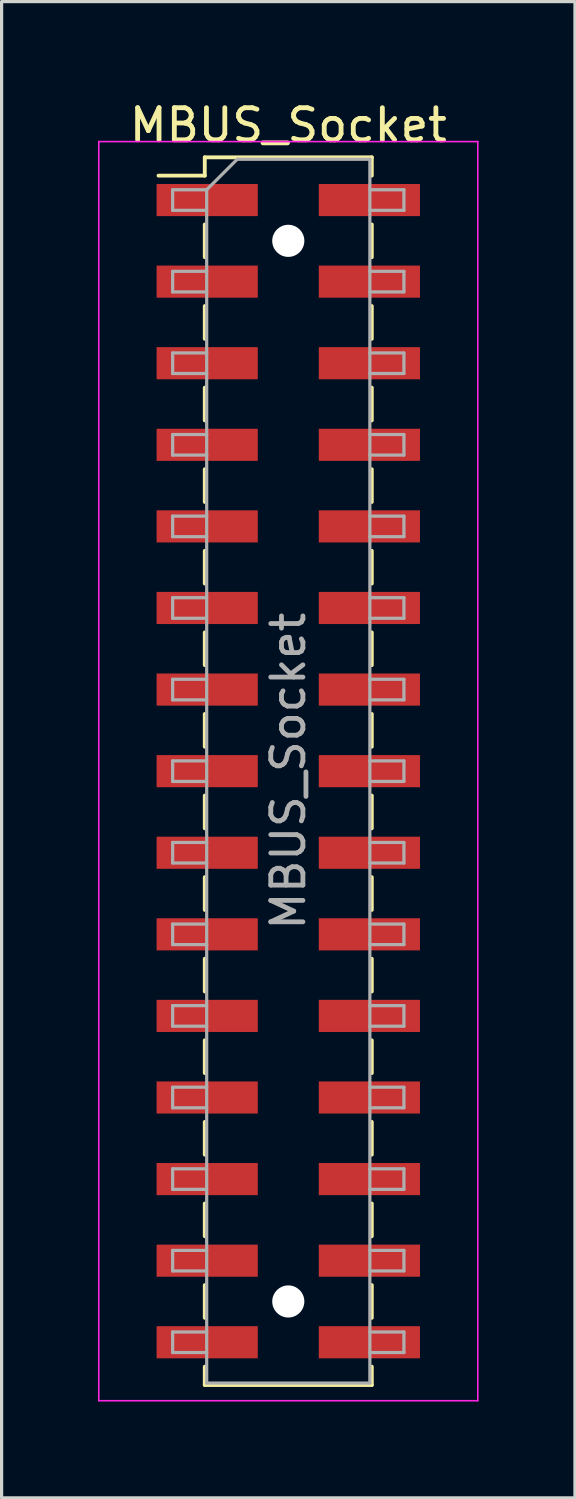
<source format=kicad_pcb>
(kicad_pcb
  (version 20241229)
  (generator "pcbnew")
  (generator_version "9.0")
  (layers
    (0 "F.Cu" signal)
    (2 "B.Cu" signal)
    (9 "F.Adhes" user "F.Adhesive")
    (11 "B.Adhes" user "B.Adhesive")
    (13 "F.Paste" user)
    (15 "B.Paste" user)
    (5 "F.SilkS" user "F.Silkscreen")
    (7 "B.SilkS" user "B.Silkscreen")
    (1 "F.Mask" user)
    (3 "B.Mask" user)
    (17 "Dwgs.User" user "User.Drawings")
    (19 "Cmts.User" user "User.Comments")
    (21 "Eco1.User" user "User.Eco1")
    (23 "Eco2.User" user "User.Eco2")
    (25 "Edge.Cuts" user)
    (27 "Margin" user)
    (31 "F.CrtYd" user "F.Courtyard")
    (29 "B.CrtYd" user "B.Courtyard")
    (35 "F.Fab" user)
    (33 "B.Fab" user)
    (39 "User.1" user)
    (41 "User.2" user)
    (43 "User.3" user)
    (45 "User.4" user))
  (footprint "MBUS_Socket"
    (layer "F.Cu")
    (at 5.925 20.958)
    (property "Reference" "MBUS_Socket" (at 0 -20.11 0) (layer "F.SilkS") (effects (font (size 1 1) (thickness 0.15))))
    (attr smd)
    (fp_line (start -4.04 -18.54) (end -2.6 -18.54) (stroke (width 0.12) (type solid)) (layer "F.SilkS"))
    (fp_line (start -2.6 -19.11) (end -2.6 -18.54) (stroke (width 0.12) (type solid)) (layer "F.SilkS"))
    (fp_line (start -2.6 -19.11) (end 2.6 -19.11) (stroke (width 0.12) (type solid)) (layer "F.SilkS"))
    (fp_line (start -2.6 -17.02) (end -2.6 -16) (stroke (width 0.12) (type solid)) (layer "F.SilkS"))
    (fp_line (start -2.6 -14.48) (end -2.6 -13.46) (stroke (width 0.12) (type solid)) (layer "F.SilkS"))
    (fp_line (start -2.6 -11.94) (end -2.6 -10.92) (stroke (width 0.12) (type solid)) (layer "F.SilkS"))
    (fp_line (start -2.6 -9.4) (end -2.6 -8.38) (stroke (width 0.12) (type solid)) (layer "F.SilkS"))
    (fp_line (start -2.6 -6.86) (end -2.6 -5.84) (stroke (width 0.12) (type solid)) (layer "F.SilkS"))
    (fp_line (start -2.6 -4.32) (end -2.6 -3.3) (stroke (width 0.12) (type solid)) (layer "F.SilkS"))
    (fp_line (start -2.6 -1.78) (end -2.6 -0.76) (stroke (width 0.12) (type solid)) (layer "F.SilkS"))
    (fp_line (start -2.6 0.76) (end -2.6 1.78) (stroke (width 0.12) (type solid)) (layer "F.SilkS"))
    (fp_line (start -2.6 3.3) (end -2.6 4.32) (stroke (width 0.12) (type solid)) (layer "F.SilkS"))
    (fp_line (start -2.6 5.84) (end -2.6 6.86) (stroke (width 0.12) (type solid)) (layer "F.SilkS"))
    (fp_line (start -2.6 8.38) (end -2.6 9.4) (stroke (width 0.12) (type solid)) (layer "F.SilkS"))
    (fp_line (start -2.6 10.92) (end -2.6 11.94) (stroke (width 0.12) (type solid)) (layer "F.SilkS"))
    (fp_line (start -2.6 13.46) (end -2.6 14.48) (stroke (width 0.12) (type solid)) (layer "F.SilkS"))
    (fp_line (start -2.6 16) (end -2.6 17.02) (stroke (width 0.12) (type solid)) (layer "F.SilkS"))
    (fp_line (start -2.6 18.54) (end -2.6 19.11) (stroke (width 0.12) (type solid)) (layer "F.SilkS"))
    (fp_line (start -2.6 19.11) (end 2.6 19.11) (stroke (width 0.12) (type solid)) (layer "F.SilkS"))
    (fp_line (start 2.6 -19.11) (end 2.6 -18.54) (stroke (width 0.12) (type solid)) (layer "F.SilkS"))
    (fp_line (start 2.6 -17.02) (end 2.6 -16) (stroke (width 0.12) (type solid)) (layer "F.SilkS"))
    (fp_line (start 2.6 -14.48) (end 2.6 -13.46) (stroke (width 0.12) (type solid)) (layer "F.SilkS"))
    (fp_line (start 2.6 -11.94) (end 2.6 -10.92) (stroke (width 0.12) (type solid)) (layer "F.SilkS"))
    (fp_line (start 2.6 -9.4) (end 2.6 -8.38) (stroke (width 0.12) (type solid)) (layer "F.SilkS"))
    (fp_line (start 2.6 -6.86) (end 2.6 -5.84) (stroke (width 0.12) (type solid)) (layer "F.SilkS"))
    (fp_line (start 2.6 -4.32) (end 2.6 -3.3) (stroke (width 0.12) (type solid)) (layer "F.SilkS"))
    (fp_line (start 2.6 -1.78) (end 2.6 -0.76) (stroke (width 0.12) (type solid)) (layer "F.SilkS"))
    (fp_line (start 2.6 0.76) (end 2.6 1.78) (stroke (width 0.12) (type solid)) (layer "F.SilkS"))
    (fp_line (start 2.6 3.3) (end 2.6 4.32) (stroke (width 0.12) (type solid)) (layer "F.SilkS"))
    (fp_line (start 2.6 5.84) (end 2.6 6.86) (stroke (width 0.12) (type solid)) (layer "F.SilkS"))
    (fp_line (start 2.6 8.38) (end 2.6 9.4) (stroke (width 0.12) (type solid)) (layer "F.SilkS"))
    (fp_line (start 2.6 10.92) (end 2.6 11.94) (stroke (width 0.12) (type solid)) (layer "F.SilkS"))
    (fp_line (start 2.6 13.46) (end 2.6 14.48) (stroke (width 0.12) (type solid)) (layer "F.SilkS"))
    (fp_line (start 2.6 16) (end 2.6 17.02) (stroke (width 0.12) (type solid)) (layer "F.SilkS"))
    (fp_line (start 2.6 18.54) (end 2.6 19.11) (stroke (width 0.12) (type solid)) (layer "F.SilkS"))
    (fp_line (start -5.9 -19.6) (end -5.9 19.6) (stroke (width 0.05) (type solid)) (layer "F.CrtYd"))
    (fp_line (start -5.9 19.6) (end 5.9 19.6) (stroke (width 0.05) (type solid)) (layer "F.CrtYd"))
    (fp_line (start 5.9 -19.6) (end -5.9 -19.6) (stroke (width 0.05) (type solid)) (layer "F.CrtYd"))
    (fp_line (start 5.9 19.6) (end 5.9 -19.6) (stroke (width 0.05) (type solid)) (layer "F.CrtYd"))
    (fp_line (start -3.6 -18.1) (end -3.6 -17.46) (stroke (width 0.1) (type solid)) (layer "F.Fab"))
    (fp_line (start -3.6 -17.46) (end -2.54 -17.46) (stroke (width 0.1) (type solid)) (layer "F.Fab"))
    (fp_line (start -3.6 -15.56) (end -3.6 -14.92) (stroke (width 0.1) (type solid)) (layer "F.Fab"))
    (fp_line (start -3.6 -14.92) (end -2.54 -14.92) (stroke (width 0.1) (type solid)) (layer "F.Fab"))
    (fp_line (start -3.6 -13.02) (end -3.6 -12.38) (stroke (width 0.1) (type solid)) (layer "F.Fab"))
    (fp_line (start -3.6 -12.38) (end -2.54 -12.38) (stroke (width 0.1) (type solid)) (layer "F.Fab"))
    (fp_line (start -3.6 -10.48) (end -3.6 -9.84) (stroke (width 0.1) (type solid)) (layer "F.Fab"))
    (fp_line (start -3.6 -9.84) (end -2.54 -9.84) (stroke (width 0.1) (type solid)) (layer "F.Fab"))
    (fp_line (start -3.6 -7.94) (end -3.6 -7.3) (stroke (width 0.1) (type solid)) (layer "F.Fab"))
    (fp_line (start -3.6 -7.3) (end -2.54 -7.3) (stroke (width 0.1) (type solid)) (layer "F.Fab"))
    (fp_line (start -3.6 -5.4) (end -3.6 -4.76) (stroke (width 0.1) (type solid)) (layer "F.Fab"))
    (fp_line (start -3.6 -4.76) (end -2.54 -4.76) (stroke (width 0.1) (type solid)) (layer "F.Fab"))
    (fp_line (start -3.6 -2.86) (end -3.6 -2.22) (stroke (width 0.1) (type solid)) (layer "F.Fab"))
    (fp_line (start -3.6 -2.22) (end -2.54 -2.22) (stroke (width 0.1) (type solid)) (layer "F.Fab"))
    (fp_line (start -3.6 -0.32) (end -3.6 0.32) (stroke (width 0.1) (type solid)) (layer "F.Fab"))
    (fp_line (start -3.6 0.32) (end -2.54 0.32) (stroke (width 0.1) (type solid)) (layer "F.Fab"))
    (fp_line (start -3.6 2.22) (end -3.6 2.86) (stroke (width 0.1) (type solid)) (layer "F.Fab"))
    (fp_line (start -3.6 2.86) (end -2.54 2.86) (stroke (width 0.1) (type solid)) (layer "F.Fab"))
    (fp_line (start -3.6 4.76) (end -3.6 5.4) (stroke (width 0.1) (type solid)) (layer "F.Fab"))
    (fp_line (start -3.6 5.4) (end -2.54 5.4) (stroke (width 0.1) (type solid)) (layer "F.Fab"))
    (fp_line (start -3.6 7.3) (end -3.6 7.94) (stroke (width 0.1) (type solid)) (layer "F.Fab"))
    (fp_line (start -3.6 7.94) (end -2.54 7.94) (stroke (width 0.1) (type solid)) (layer "F.Fab"))
    (fp_line (start -3.6 9.84) (end -3.6 10.48) (stroke (width 0.1) (type solid)) (layer "F.Fab"))
    (fp_line (start -3.6 10.48) (end -2.54 10.48) (stroke (width 0.1) (type solid)) (layer "F.Fab"))
    (fp_line (start -3.6 12.38) (end -3.6 13.02) (stroke (width 0.1) (type solid)) (layer "F.Fab"))
    (fp_line (start -3.6 13.02) (end -2.54 13.02) (stroke (width 0.1) (type solid)) (layer "F.Fab"))
    (fp_line (start -3.6 14.92) (end -3.6 15.56) (stroke (width 0.1) (type solid)) (layer "F.Fab"))
    (fp_line (start -3.6 15.56) (end -2.54 15.56) (stroke (width 0.1) (type solid)) (layer "F.Fab"))
    (fp_line (start -3.6 17.46) (end -3.6 18.1) (stroke (width 0.1) (type solid)) (layer "F.Fab"))
    (fp_line (start -3.6 18.1) (end -2.54 18.1) (stroke (width 0.1) (type solid)) (layer "F.Fab"))
    (fp_line (start -2.54 -18.1) (end -3.6 -18.1) (stroke (width 0.1) (type solid)) (layer "F.Fab"))
    (fp_line (start -2.54 -18.1) (end -1.59 -19.05) (stroke (width 0.1) (type solid)) (layer "F.Fab"))
    (fp_line (start -2.54 -15.56) (end -3.6 -15.56) (stroke (width 0.1) (type solid)) (layer "F.Fab"))
    (fp_line (start -2.54 -13.02) (end -3.6 -13.02) (stroke (width 0.1) (type solid)) (layer "F.Fab"))
    (fp_line (start -2.54 -10.48) (end -3.6 -10.48) (stroke (width 0.1) (type solid)) (layer "F.Fab"))
    (fp_line (start -2.54 -7.94) (end -3.6 -7.94) (stroke (width 0.1) (type solid)) (layer "F.Fab"))
    (fp_line (start -2.54 -5.4) (end -3.6 -5.4) (stroke (width 0.1) (type solid)) (layer "F.Fab"))
    (fp_line (start -2.54 -2.86) (end -3.6 -2.86) (stroke (width 0.1) (type solid)) (layer "F.Fab"))
    (fp_line (start -2.54 -0.32) (end -3.6 -0.32) (stroke (width 0.1) (type solid)) (layer "F.Fab"))
    (fp_line (start -2.54 2.22) (end -3.6 2.22) (stroke (width 0.1) (type solid)) (layer "F.Fab"))
    (fp_line (start -2.54 4.76) (end -3.6 4.76) (stroke (width 0.1) (type solid)) (layer "F.Fab"))
    (fp_line (start -2.54 7.3) (end -3.6 7.3) (stroke (width 0.1) (type solid)) (layer "F.Fab"))
    (fp_line (start -2.54 9.84) (end -3.6 9.84) (stroke (width 0.1) (type solid)) (layer "F.Fab"))
    (fp_line (start -2.54 12.38) (end -3.6 12.38) (stroke (width 0.1) (type solid)) (layer "F.Fab"))
    (fp_line (start -2.54 14.92) (end -3.6 14.92) (stroke (width 0.1) (type solid)) (layer "F.Fab"))
    (fp_line (start -2.54 17.46) (end -3.6 17.46) (stroke (width 0.1) (type solid)) (layer "F.Fab"))
    (fp_line (start -2.54 19.05) (end -2.54 -18.1) (stroke (width 0.1) (type solid)) (layer "F.Fab"))
    (fp_line (start -1.59 -19.05) (end 2.54 -19.05) (stroke (width 0.1) (type solid)) (layer "F.Fab"))
    (fp_line (start 2.54 -19.05) (end 2.54 19.05) (stroke (width 0.1) (type solid)) (layer "F.Fab"))
    (fp_line (start 2.54 -18.1) (end 3.6 -18.1) (stroke (width 0.1) (type solid)) (layer "F.Fab"))
    (fp_line (start 2.54 -15.56) (end 3.6 -15.56) (stroke (width 0.1) (type solid)) (layer "F.Fab"))
    (fp_line (start 2.54 -13.02) (end 3.6 -13.02) (stroke (width 0.1) (type solid)) (layer "F.Fab"))
    (fp_line (start 2.54 -10.48) (end 3.6 -10.48) (stroke (width 0.1) (type solid)) (layer "F.Fab"))
    (fp_line (start 2.54 -7.94) (end 3.6 -7.94) (stroke (width 0.1) (type solid)) (layer "F.Fab"))
    (fp_line (start 2.54 -5.4) (end 3.6 -5.4) (stroke (width 0.1) (type solid)) (layer "F.Fab"))
    (fp_line (start 2.54 -2.86) (end 3.6 -2.86) (stroke (width 0.1) (type solid)) (layer "F.Fab"))
    (fp_line (start 2.54 -0.32) (end 3.6 -0.32) (stroke (width 0.1) (type solid)) (layer "F.Fab"))
    (fp_line (start 2.54 2.22) (end 3.6 2.22) (stroke (width 0.1) (type solid)) (layer "F.Fab"))
    (fp_line (start 2.54 4.76) (end 3.6 4.76) (stroke (width 0.1) (type solid)) (layer "F.Fab"))
    (fp_line (start 2.54 7.3) (end 3.6 7.3) (stroke (width 0.1) (type solid)) (layer "F.Fab"))
    (fp_line (start 2.54 9.84) (end 3.6 9.84) (stroke (width 0.1) (type solid)) (layer "F.Fab"))
    (fp_line (start 2.54 12.38) (end 3.6 12.38) (stroke (width 0.1) (type solid)) (layer "F.Fab"))
    (fp_line (start 2.54 14.92) (end 3.6 14.92) (stroke (width 0.1) (type solid)) (layer "F.Fab"))
    (fp_line (start 2.54 17.46) (end 3.6 17.46) (stroke (width 0.1) (type solid)) (layer "F.Fab"))
    (fp_line (start 2.54 19.05) (end -2.54 19.05) (stroke (width 0.1) (type solid)) (layer "F.Fab"))
    (fp_line (start 3.6 -18.1) (end 3.6 -17.46) (stroke (width 0.1) (type solid)) (layer "F.Fab"))
    (fp_line (start 3.6 -17.46) (end 2.54 -17.46) (stroke (width 0.1) (type solid)) (layer "F.Fab"))
    (fp_line (start 3.6 -15.56) (end 3.6 -14.92) (stroke (width 0.1) (type solid)) (layer "F.Fab"))
    (fp_line (start 3.6 -14.92) (end 2.54 -14.92) (stroke (width 0.1) (type solid)) (layer "F.Fab"))
    (fp_line (start 3.6 -13.02) (end 3.6 -12.38) (stroke (width 0.1) (type solid)) (layer "F.Fab"))
    (fp_line (start 3.6 -12.38) (end 2.54 -12.38) (stroke (width 0.1) (type solid)) (layer "F.Fab"))
    (fp_line (start 3.6 -10.48) (end 3.6 -9.84) (stroke (width 0.1) (type solid)) (layer "F.Fab"))
    (fp_line (start 3.6 -9.84) (end 2.54 -9.84) (stroke (width 0.1) (type solid)) (layer "F.Fab"))
    (fp_line (start 3.6 -7.94) (end 3.6 -7.3) (stroke (width 0.1) (type solid)) (layer "F.Fab"))
    (fp_line (start 3.6 -7.3) (end 2.54 -7.3) (stroke (width 0.1) (type solid)) (layer "F.Fab"))
    (fp_line (start 3.6 -5.4) (end 3.6 -4.76) (stroke (width 0.1) (type solid)) (layer "F.Fab"))
    (fp_line (start 3.6 -4.76) (end 2.54 -4.76) (stroke (width 0.1) (type solid)) (layer "F.Fab"))
    (fp_line (start 3.6 -2.86) (end 3.6 -2.22) (stroke (width 0.1) (type solid)) (layer "F.Fab"))
    (fp_line (start 3.6 -2.22) (end 2.54 -2.22) (stroke (width 0.1) (type solid)) (layer "F.Fab"))
    (fp_line (start 3.6 -0.32) (end 3.6 0.32) (stroke (width 0.1) (type solid)) (layer "F.Fab"))
    (fp_line (start 3.6 0.32) (end 2.54 0.32) (stroke (width 0.1) (type solid)) (layer "F.Fab"))
    (fp_line (start 3.6 2.22) (end 3.6 2.86) (stroke (width 0.1) (type solid)) (layer "F.Fab"))
    (fp_line (start 3.6 2.86) (end 2.54 2.86) (stroke (width 0.1) (type solid)) (layer "F.Fab"))
    (fp_line (start 3.6 4.76) (end 3.6 5.4) (stroke (width 0.1) (type solid)) (layer "F.Fab"))
    (fp_line (start 3.6 5.4) (end 2.54 5.4) (stroke (width 0.1) (type solid)) (layer "F.Fab"))
    (fp_line (start 3.6 7.3) (end 3.6 7.94) (stroke (width 0.1) (type solid)) (layer "F.Fab"))
    (fp_line (start 3.6 7.94) (end 2.54 7.94) (stroke (width 0.1) (type solid)) (layer "F.Fab"))
    (fp_line (start 3.6 9.84) (end 3.6 10.48) (stroke (width 0.1) (type solid)) (layer "F.Fab"))
    (fp_line (start 3.6 10.48) (end 2.54 10.48) (stroke (width 0.1) (type solid)) (layer "F.Fab"))
    (fp_line (start 3.6 12.38) (end 3.6 13.02) (stroke (width 0.1) (type solid)) (layer "F.Fab"))
    (fp_line (start 3.6 13.02) (end 2.54 13.02) (stroke (width 0.1) (type solid)) (layer "F.Fab"))
    (fp_line (start 3.6 14.92) (end 3.6 15.56) (stroke (width 0.1) (type solid)) (layer "F.Fab"))
    (fp_line (start 3.6 15.56) (end 2.54 15.56) (stroke (width 0.1) (type solid)) (layer "F.Fab"))
    (fp_line (start 3.6 17.46) (end 3.6 18.1) (stroke (width 0.1) (type solid)) (layer "F.Fab"))
    (fp_line (start 3.6 18.1) (end 2.54 18.1) (stroke (width 0.1) (type solid)) (layer "F.Fab"))
    (fp_text user "${REFERENCE}" (at 0 0 90) (layer "F.Fab") (effects (font (size 1 1) (thickness 0.15))))
    (pad "" np_thru_hole circle (at 0 -16.51) (size 1 1) (drill 1) (layers "*.Cu" "*.Mask"))
    (pad "" np_thru_hole circle (at 0 16.51) (size 1 1) (drill 1) (layers "*.Cu" "*.Mask"))
    (pad "1" smd rect (at -2.525 -17.78) (size 3.15 1) (layers "F.Cu" "F.Mask" "F.Paste"))
    (pad "2" smd rect (at 2.525 -17.78) (size 3.15 1) (layers "F.Cu" "F.Mask" "F.Paste"))
    (pad "3" smd rect (at -2.525 -15.24) (size 3.15 1) (layers "F.Cu" "F.Mask" "F.Paste"))
    (pad "4" smd rect (at 2.525 -15.24) (size 3.15 1) (layers "F.Cu" "F.Mask" "F.Paste"))
    (pad "5" smd rect (at -2.525 -12.7) (size 3.15 1) (layers "F.Cu" "F.Mask" "F.Paste"))
    (pad "6" smd rect (at 2.525 -12.7) (size 3.15 1) (layers "F.Cu" "F.Mask" "F.Paste"))
    (pad "7" smd rect (at -2.525 -10.16) (size 3.15 1) (layers "F.Cu" "F.Mask" "F.Paste"))
    (pad "8" smd rect (at 2.525 -10.16) (size 3.15 1) (layers "F.Cu" "F.Mask" "F.Paste"))
    (pad "9" smd rect (at -2.525 -7.62) (size 3.15 1) (layers "F.Cu" "F.Mask" "F.Paste"))
    (pad "10" smd rect (at 2.525 -7.62) (size 3.15 1) (layers "F.Cu" "F.Mask" "F.Paste"))
    (pad "11" smd rect (at -2.525 -5.08) (size 3.15 1) (layers "F.Cu" "F.Mask" "F.Paste"))
    (pad "12" smd rect (at 2.525 -5.08) (size 3.15 1) (layers "F.Cu" "F.Mask" "F.Paste"))
    (pad "13" smd rect (at -2.525 -2.54) (size 3.15 1) (layers "F.Cu" "F.Mask" "F.Paste"))
    (pad "14" smd rect (at 2.525 -2.54) (size 3.15 1) (layers "F.Cu" "F.Mask" "F.Paste"))
    (pad "15" smd rect (at -2.525 0) (size 3.15 1) (layers "F.Cu" "F.Mask" "F.Paste"))
    (pad "16" smd rect (at 2.525 0) (size 3.15 1) (layers "F.Cu" "F.Mask" "F.Paste"))
    (pad "17" smd rect (at -2.525 2.54) (size 3.15 1) (layers "F.Cu" "F.Mask" "F.Paste"))
    (pad "18" smd rect (at 2.525 2.54) (size 3.15 1) (layers "F.Cu" "F.Mask" "F.Paste"))
    (pad "19" smd rect (at -2.525 5.08) (size 3.15 1) (layers "F.Cu" "F.Mask" "F.Paste"))
    (pad "20" smd rect (at 2.525 5.08) (size 3.15 1) (layers "F.Cu" "F.Mask" "F.Paste"))
    (pad "21" smd rect (at -2.525 7.62) (size 3.15 1) (layers "F.Cu" "F.Mask" "F.Paste"))
    (pad "22" smd rect (at 2.525 7.62) (size 3.15 1) (layers "F.Cu" "F.Mask" "F.Paste"))
    (pad "23" smd rect (at -2.525 10.16) (size 3.15 1) (layers "F.Cu" "F.Mask" "F.Paste"))
    (pad "24" smd rect (at 2.525 10.16) (size 3.15 1) (layers "F.Cu" "F.Mask" "F.Paste"))
    (pad "25" smd rect (at -2.525 12.7) (size 3.15 1) (layers "F.Cu" "F.Mask" "F.Paste"))
    (pad "26" smd rect (at 2.525 12.7) (size 3.15 1) (layers "F.Cu" "F.Mask" "F.Paste"))
    (pad "27" smd rect (at -2.525 15.24) (size 3.15 1) (layers "F.Cu" "F.Mask" "F.Paste"))
    (pad "28" smd rect (at 2.525 15.24) (size 3.15 1) (layers "F.Cu" "F.Mask" "F.Paste"))
    (pad "29" smd rect (at -2.525 17.78) (size 3.15 1) (layers "F.Cu" "F.Mask" "F.Paste"))
    (pad "30" smd rect (at 2.525 17.78) (size 3.15 1) (layers "F.Cu" "F.Mask" "F.Paste")))
  (gr_rect
    (start -3 -3)
    (end 14.85 43.583)
    (stroke (width 0.1) (type default))
    (fill no)
    (layer "Edge.Cuts")))
</source>
